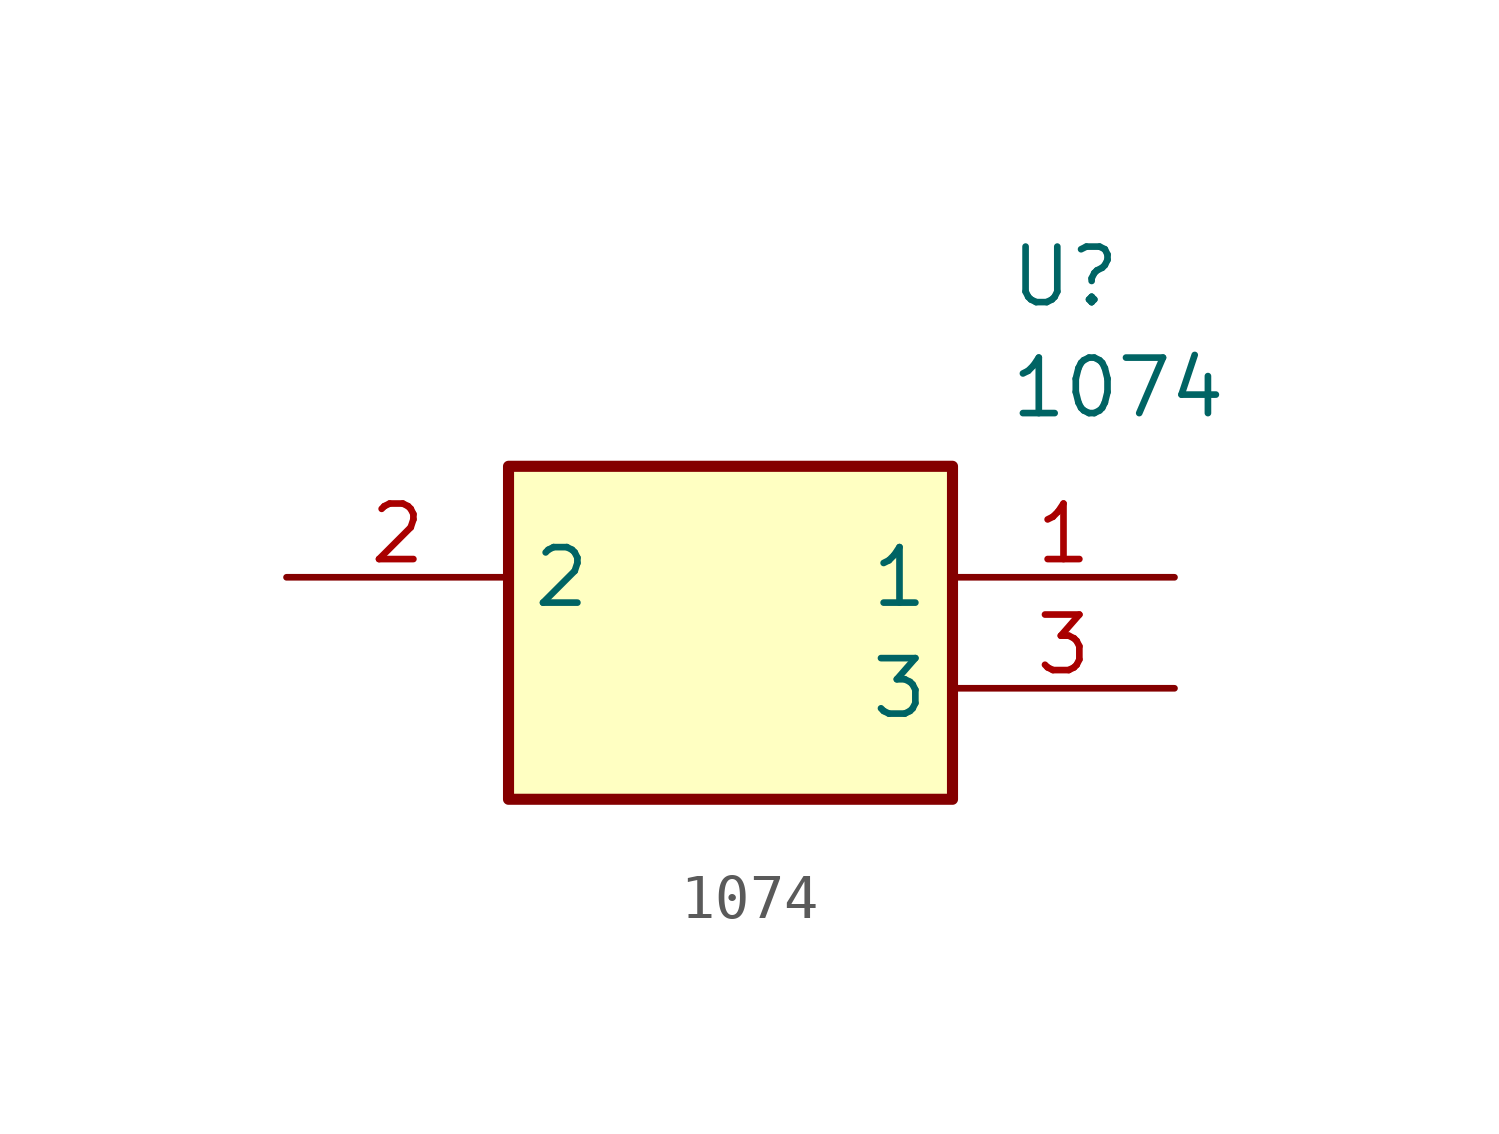
<source format=kicad_sym>
(kicad_symbol_lib
  (version 20211014)
  (generator SamacSys_ECAD_Model)
  (symbol "1074"
    (property "Reference" "U"
      (at 16.51 7.62 0)
      (effects (font (size 1.27 1.27)) (justify left top)))
    (property "Value" "1074"
      (at 16.51 5.08 0)
      (effects (font (size 1.27 1.27)) (justify left top)))
    (rectangle
      (start 5.08 2.54)
      (end 15.24 -5.08)
      (stroke (width 0.254) (type default))
      (fill (type background)))
    (pin passive line
      (at 20.32 0 180)
      (length 5.08)
      (name "1" (effects (font (size 1.27 1.27))))
      (number "1" (effects (font (size 1.27 1.27)))))
    (pin passive line
      (at 0 0 0)
      (length 5.08)
      (name "2" (effects (font (size 1.27 1.27))))
      (number "2" (effects (font (size 1.27 1.27)))))
    (pin passive line
      (at 20.32 -2.54 180)
      (length 5.08)
      (name "3" (effects (font (size 1.27 1.27))))
      (number "3" (effects (font (size 1.27 1.27)))))))
</source>
